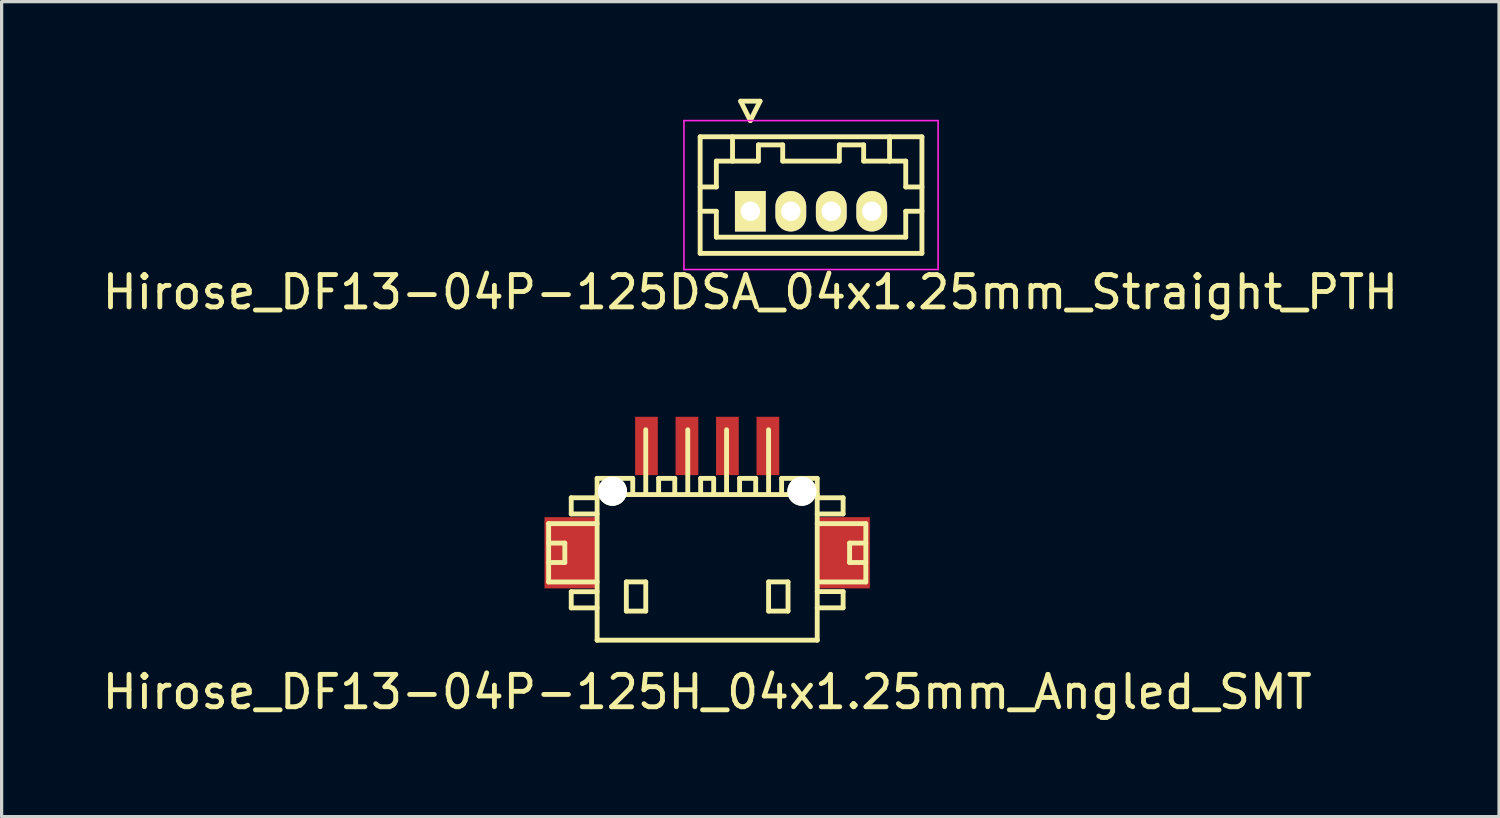
<source format=kicad_pcb>
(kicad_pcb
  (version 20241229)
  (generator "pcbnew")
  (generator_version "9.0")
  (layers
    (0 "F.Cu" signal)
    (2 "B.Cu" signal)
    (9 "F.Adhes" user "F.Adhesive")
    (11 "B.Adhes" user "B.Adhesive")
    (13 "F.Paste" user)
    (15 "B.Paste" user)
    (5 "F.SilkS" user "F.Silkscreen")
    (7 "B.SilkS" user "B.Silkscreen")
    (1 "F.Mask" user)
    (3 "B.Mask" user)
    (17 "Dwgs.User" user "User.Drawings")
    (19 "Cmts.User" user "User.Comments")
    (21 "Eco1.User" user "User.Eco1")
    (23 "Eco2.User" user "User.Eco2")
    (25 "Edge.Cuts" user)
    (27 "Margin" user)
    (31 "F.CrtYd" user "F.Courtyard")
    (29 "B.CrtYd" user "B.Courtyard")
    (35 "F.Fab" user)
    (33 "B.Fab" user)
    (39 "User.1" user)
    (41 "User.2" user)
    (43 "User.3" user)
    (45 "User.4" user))
  (footprint "Hirose_DF13-04P-125H_04x1.25mm_Angled_SMT"
    (layer "F.Cu")
    (at 18.792 14.224)
    (property "Reference" "Hirose_DF13-04P-125H_04x1.25mm_Angled_SMT" (at 0 4.1 0) (layer "F.SilkS") (effects (font (size 1 1) (thickness 0.15))))
    (attr smd)
    (fp_line (start -4.897 -1.1) (end -4.897 0.701) (stroke (width 0.15) (type solid)) (layer "F.SilkS"))
    (fp_line (start -4.897 0.701) (end -3.399 0.701) (stroke (width 0.15) (type solid)) (layer "F.SilkS"))
    (fp_line (start -4.397 -0.5) (end -4.897 -0.5) (stroke (width 0.15) (type solid)) (layer "F.SilkS"))
    (fp_line (start -4.397 0.099) (end -4.897 0.099) (stroke (width 0.15) (type solid)) (layer "F.SilkS"))
    (fp_line (start -4.397 0.099) (end -4.397 -0.5) (stroke (width 0.15) (type solid)) (layer "F.SilkS"))
    (fp_line (start -4.199 -1.9) (end -4.199 -1.4) (stroke (width 0.15) (type solid)) (layer "F.SilkS"))
    (fp_line (start -4.199 -1.9) (end -3.399 -1.9) (stroke (width 0.15) (type solid)) (layer "F.SilkS"))
    (fp_line (start -4.199 1.001) (end -4.199 1.501) (stroke (width 0.15) (type solid)) (layer "F.SilkS"))
    (fp_line (start -4.199 1.501) (end -3.399 1.501) (stroke (width 0.15) (type solid)) (layer "F.SilkS"))
    (fp_line (start -3.401 -1.999) (end 3.401 -1.999) (stroke (width 0.15) (type solid)) (layer "F.SilkS"))
    (fp_line (start -3.401 2.499) (end 3.401 2.499) (stroke (width 0.15) (type solid)) (layer "F.SilkS"))
    (fp_line (start -3.399 -1.4) (end -4.199 -1.4) (stroke (width 0.15) (type solid)) (layer "F.SilkS"))
    (fp_line (start -3.399 -1.1) (end -4.897 -1.1) (stroke (width 0.15) (type solid)) (layer "F.SilkS"))
    (fp_line (start -3.399 1.001) (end -4.199 1.001) (stroke (width 0.15) (type solid)) (layer "F.SilkS"))
    (fp_line (start -3.399 2.499) (end -3.399 -2.499) (stroke (width 0.15) (type solid)) (layer "F.SilkS"))
    (fp_line (start -2.497 0.699) (end -2.497 1.6) (stroke (width 0.15) (type solid)) (layer "F.SilkS"))
    (fp_line (start -2.497 1.6) (end -1.897 1.6) (stroke (width 0.15) (type solid)) (layer "F.SilkS"))
    (fp_line (start -2.299 -2.499) (end -3.399 -2.499) (stroke (width 0.15) (type solid)) (layer "F.SilkS"))
    (fp_line (start -2.299 -2.499) (end -2.299 -1.999) (stroke (width 0.15) (type solid)) (layer "F.SilkS"))
    (fp_line (start -1.897 -4) (end -1.897 -1.999) (stroke (width 0.15) (type solid)) (layer "F.SilkS"))
    (fp_line (start -1.897 0.699) (end -2.497 0.699) (stroke (width 0.15) (type solid)) (layer "F.SilkS"))
    (fp_line (start -1.897 1.6) (end -1.897 0.699) (stroke (width 0.15) (type solid)) (layer "F.SilkS"))
    (fp_line (start -1.501 -2.499) (end -1.001 -2.499) (stroke (width 0.15) (type solid)) (layer "F.SilkS"))
    (fp_line (start -1.499 -1.999) (end -1.499 -2.499) (stroke (width 0.15) (type solid)) (layer "F.SilkS"))
    (fp_line (start -1.001 -2.499) (end -1.001 -1.999) (stroke (width 0.15) (type solid)) (layer "F.SilkS"))
    (fp_line (start -0.599 -1.999) (end -0.599 -4) (stroke (width 0.15) (type solid)) (layer "F.SilkS"))
    (fp_line (start -0.201 -2.499) (end -0.201 -1.999) (stroke (width 0.15) (type solid)) (layer "F.SilkS"))
    (fp_line (start 0.201 -2.499) (end -0.201 -2.499) (stroke (width 0.15) (type solid)) (layer "F.SilkS"))
    (fp_line (start 0.201 -2.499) (end 0.201 -1.999) (stroke (width 0.15) (type solid)) (layer "F.SilkS"))
    (fp_line (start 0.599 -1.999) (end 0.599 -4) (stroke (width 0.15) (type solid)) (layer "F.SilkS"))
    (fp_line (start 0.998 -2.499) (end 1.499 -2.499) (stroke (width 0.15) (type solid)) (layer "F.SilkS"))
    (fp_line (start 1.001 -1.999) (end 1.001 -2.499) (stroke (width 0.15) (type solid)) (layer "F.SilkS"))
    (fp_line (start 1.499 -2.499) (end 1.499 -1.999) (stroke (width 0.15) (type solid)) (layer "F.SilkS"))
    (fp_line (start 1.897 -1.999) (end 1.897 -4) (stroke (width 0.15) (type solid)) (layer "F.SilkS"))
    (fp_line (start 1.897 0.699) (end 2.497 0.699) (stroke (width 0.15) (type solid)) (layer "F.SilkS"))
    (fp_line (start 1.897 1.6) (end 1.897 0.699) (stroke (width 0.15) (type solid)) (layer "F.SilkS"))
    (fp_line (start 2.299 -2.499) (end 2.299 -1.999) (stroke (width 0.15) (type solid)) (layer "F.SilkS"))
    (fp_line (start 2.497 0.699) (end 2.497 1.6) (stroke (width 0.15) (type solid)) (layer "F.SilkS"))
    (fp_line (start 2.497 1.6) (end 1.897 1.6) (stroke (width 0.15) (type solid)) (layer "F.SilkS"))
    (fp_line (start 3.399 -2.499) (end 2.299 -2.499) (stroke (width 0.15) (type solid)) (layer "F.SilkS"))
    (fp_line (start 3.399 -2.499) (end 3.399 2.499) (stroke (width 0.15) (type solid)) (layer "F.SilkS"))
    (fp_line (start 3.399 -1.9) (end 4.199 -1.9) (stroke (width 0.15) (type solid)) (layer "F.SilkS"))
    (fp_line (start 3.399 0.998) (end 4.199 0.998) (stroke (width 0.15) (type solid)) (layer "F.SilkS"))
    (fp_line (start 4.199 -1.9) (end 4.199 -1.4) (stroke (width 0.15) (type solid)) (layer "F.SilkS"))
    (fp_line (start 4.199 -1.4) (end 3.399 -1.4) (stroke (width 0.15) (type solid)) (layer "F.SilkS"))
    (fp_line (start 4.199 0.998) (end 4.199 1.499) (stroke (width 0.15) (type solid)) (layer "F.SilkS"))
    (fp_line (start 4.199 1.499) (end 3.399 1.499) (stroke (width 0.15) (type solid)) (layer "F.SilkS"))
    (fp_line (start 4.399 0.099) (end 4.399 -0.5) (stroke (width 0.15) (type solid)) (layer "F.SilkS"))
    (fp_line (start 4.897 -1.1) (end 3.399 -1.1) (stroke (width 0.15) (type solid)) (layer "F.SilkS"))
    (fp_line (start 4.897 0.701) (end 3.498 0.701) (stroke (width 0.15) (type solid)) (layer "F.SilkS"))
    (fp_line (start 4.9 -1.1) (end 4.9 0.701) (stroke (width 0.15) (type solid)) (layer "F.SilkS"))
    (fp_line (start 4.9 -0.5) (end 4.399 -0.5) (stroke (width 0.15) (type solid)) (layer "F.SilkS"))
    (fp_line (start 4.9 0.099) (end 4.399 0.099) (stroke (width 0.15) (type solid)) (layer "F.SilkS"))
    (pad "" smd rect (at -4.224 -0.201) (size 1.6 2.2) (layers "F.Cu" "F.Mask" "F.Paste"))
    (pad "" np_thru_hole circle (at -2.926 -2.101) (size 0.899 0.899) (drill 0.899) (layers "*.Cu" "*.Mask" "F.SilkS"))
    (pad "" np_thru_hole circle (at 2.926 -2.101) (size 0.899 0.899) (drill 0.899) (layers "*.Cu" "*.Mask" "F.SilkS"))
    (pad "" smd rect (at 4.224 -0.201) (size 1.6 2.2) (layers "F.Cu" "F.Mask" "F.Paste"))
    (pad "1" smd rect (at 1.875 -3.5) (size 0.701 1.801) (layers "F.Cu" "F.Mask" "F.Paste"))
    (pad "2" smd rect (at 0.625 -3.5) (size 0.701 1.801) (layers "F.Cu" "F.Mask" "F.Paste"))
    (pad "3" smd rect (at -0.625 -3.5) (size 0.701 1.801) (layers "F.Cu" "F.Mask" "F.Paste"))
    (pad "4" smd rect (at -1.875 -3.5) (size 0.701 1.801) (layers "F.Cu" "F.Mask" "F.Paste")))
  (footprint "Hirose_DF13-04P-125DSA_04x1.25mm_Straight_PTH"
    (layer "F.Cu")
    (at 20.125 3.475)
    (property "Reference" "Hirose_DF13-04P-125DSA_04x1.25mm_Straight_PTH" (at 0 2.5 0) (layer "F.SilkS") (effects (font (size 1 1) (thickness 0.15))))
    (attr through_hole)
    (fp_line (start -1.55 -2.3) (end -1.55 1.3) (stroke (width 0.15) (type solid)) (layer "F.SilkS"))
    (fp_line (start -1.55 -0.75) (end -1.05 -0.75) (stroke (width 0.15) (type solid)) (layer "F.SilkS"))
    (fp_line (start -1.55 0) (end -1.05 0) (stroke (width 0.15) (type solid)) (layer "F.SilkS"))
    (fp_line (start -1.55 1.3) (end 5.3 1.3) (stroke (width 0.15) (type solid)) (layer "F.SilkS"))
    (fp_line (start -1.05 -1.55) (end -0.55 -1.55) (stroke (width 0.15) (type solid)) (layer "F.SilkS"))
    (fp_line (start -1.05 -0.75) (end -1.05 -1.55) (stroke (width 0.15) (type solid)) (layer "F.SilkS"))
    (fp_line (start -1.05 0) (end -1.05 0.8) (stroke (width 0.15) (type solid)) (layer "F.SilkS"))
    (fp_line (start -1.05 0.8) (end 4.8 0.8) (stroke (width 0.15) (type solid)) (layer "F.SilkS"))
    (fp_line (start -0.55 -1.55) (end -0.55 -2.3) (stroke (width 0.15) (type solid)) (layer "F.SilkS"))
    (fp_line (start -0.55 -1.55) (end 0.25 -1.55) (stroke (width 0.15) (type solid)) (layer "F.SilkS"))
    (fp_line (start -0.3 -3.4) (end 0.3 -3.4) (stroke (width 0.15) (type solid)) (layer "F.SilkS"))
    (fp_line (start 0 -2.8) (end -0.3 -3.4) (stroke (width 0.15) (type solid)) (layer "F.SilkS"))
    (fp_line (start 0.25 -2.05) (end 1 -2.05) (stroke (width 0.15) (type solid)) (layer "F.SilkS"))
    (fp_line (start 0.25 -1.55) (end 0.25 -2.05) (stroke (width 0.15) (type solid)) (layer "F.SilkS"))
    (fp_line (start 0.3 -3.4) (end 0 -2.8) (stroke (width 0.15) (type solid)) (layer "F.SilkS"))
    (fp_line (start 1 -2.05) (end 1 -1.55) (stroke (width 0.15) (type solid)) (layer "F.SilkS"))
    (fp_line (start 1 -1.55) (end 2.75 -1.55) (stroke (width 0.15) (type solid)) (layer "F.SilkS"))
    (fp_line (start 2.75 -2.05) (end 3.5 -2.05) (stroke (width 0.15) (type solid)) (layer "F.SilkS"))
    (fp_line (start 2.75 -1.55) (end 2.75 -2.05) (stroke (width 0.15) (type solid)) (layer "F.SilkS"))
    (fp_line (start 3.5 -2.05) (end 3.5 -1.55) (stroke (width 0.15) (type solid)) (layer "F.SilkS"))
    (fp_line (start 3.5 -1.55) (end 4.3 -1.55) (stroke (width 0.15) (type solid)) (layer "F.SilkS"))
    (fp_line (start 4.3 -1.55) (end 4.3 -2.3) (stroke (width 0.15) (type solid)) (layer "F.SilkS"))
    (fp_line (start 4.8 -1.55) (end 4.3 -1.55) (stroke (width 0.15) (type solid)) (layer "F.SilkS"))
    (fp_line (start 4.8 -0.75) (end 4.8 -1.55) (stroke (width 0.15) (type solid)) (layer "F.SilkS"))
    (fp_line (start 4.8 0) (end 5.3 0) (stroke (width 0.15) (type solid)) (layer "F.SilkS"))
    (fp_line (start 4.8 0.8) (end 4.8 0) (stroke (width 0.15) (type solid)) (layer "F.SilkS"))
    (fp_line (start 5.3 -2.3) (end -1.55 -2.3) (stroke (width 0.15) (type solid)) (layer "F.SilkS"))
    (fp_line (start 5.3 -0.75) (end 4.8 -0.75) (stroke (width 0.15) (type solid)) (layer "F.SilkS"))
    (fp_line (start 5.3 1.3) (end 5.3 -2.3) (stroke (width 0.15) (type solid)) (layer "F.SilkS"))
    (fp_line (start -2.05 -2.8) (end -2.05 1.8) (stroke (width 0.05) (type solid)) (layer "F.CrtYd"))
    (fp_line (start -2.05 1.8) (end 5.8 1.8) (stroke (width 0.05) (type solid)) (layer "F.CrtYd"))
    (fp_line (start 5.8 -2.8) (end -2.05 -2.8) (stroke (width 0.05) (type solid)) (layer "F.CrtYd"))
    (fp_line (start 5.8 1.8) (end 5.8 -2.8) (stroke (width 0.05) (type solid)) (layer "F.CrtYd"))
    (pad "1" thru_hole rect (at 0 0) (size 0.95 1.25) (drill 0.6) (layers "*.Cu" "*.Mask" "F.SilkS"))
    (pad "2" thru_hole oval (at 1.25 0) (size 0.95 1.25) (drill 0.6) (layers "*.Cu" "*.Mask" "F.SilkS"))
    (pad "3" thru_hole oval (at 2.5 0) (size 0.95 1.25) (drill 0.6) (layers "*.Cu" "*.Mask" "F.SilkS"))
    (pad "4" thru_hole oval (at 3.75 0) (size 0.95 1.25) (drill 0.6) (layers "*.Cu" "*.Mask" "F.SilkS")))
  (gr_rect
    (start -3 -3)
    (end 43.25 22.172)
    (stroke (width 0.1) (type default))
    (fill no)
    (layer "Edge.Cuts")))
</source>
